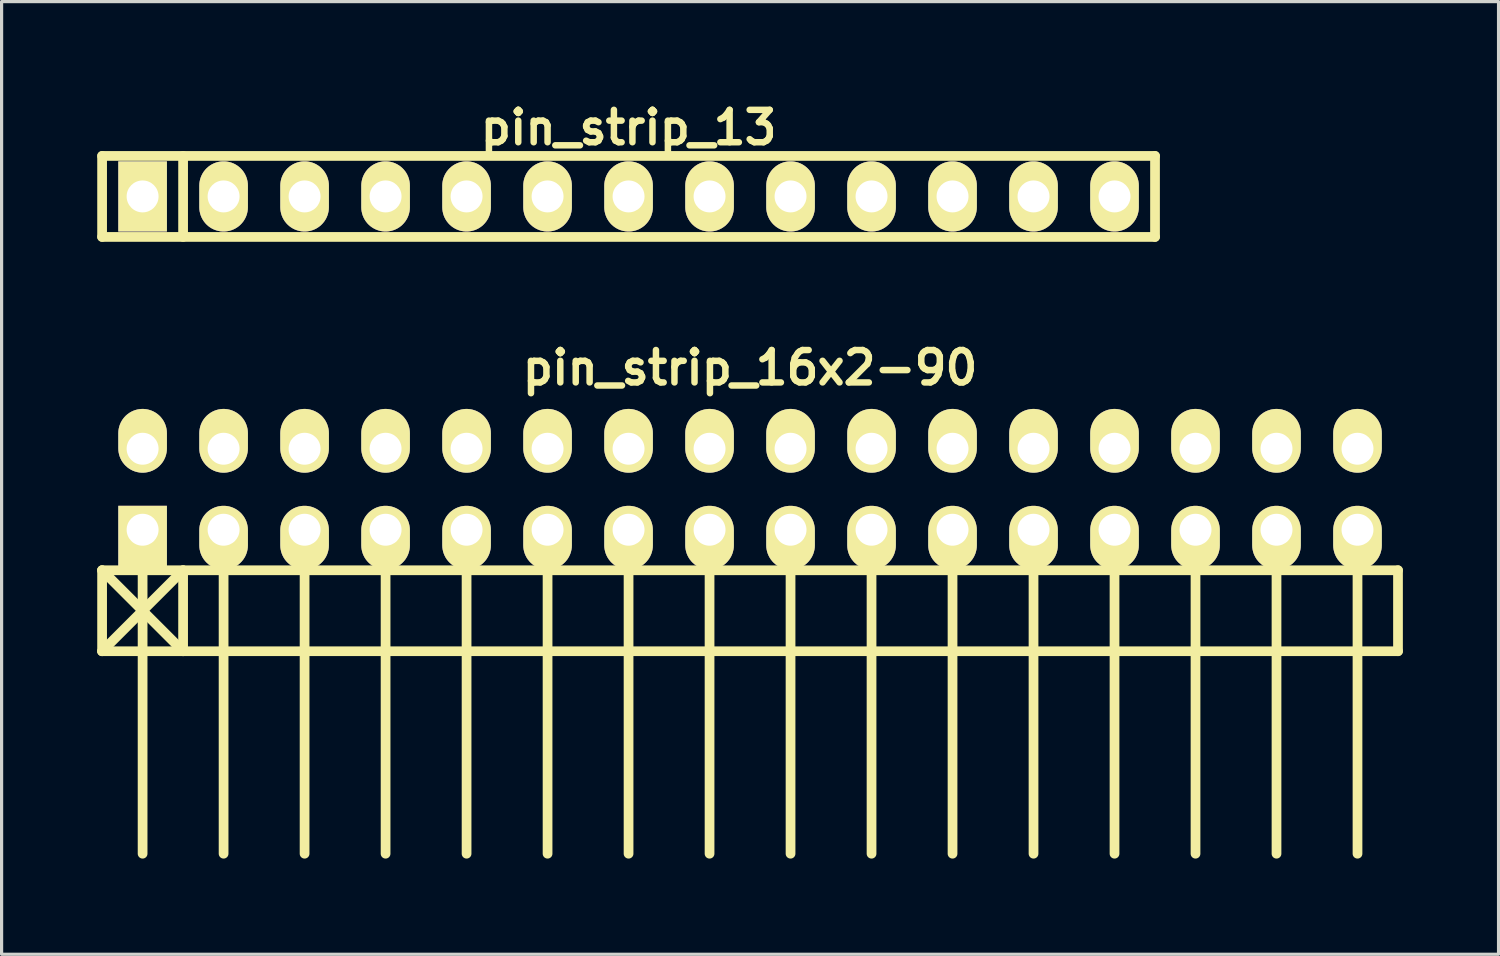
<source format=kicad_pcb>
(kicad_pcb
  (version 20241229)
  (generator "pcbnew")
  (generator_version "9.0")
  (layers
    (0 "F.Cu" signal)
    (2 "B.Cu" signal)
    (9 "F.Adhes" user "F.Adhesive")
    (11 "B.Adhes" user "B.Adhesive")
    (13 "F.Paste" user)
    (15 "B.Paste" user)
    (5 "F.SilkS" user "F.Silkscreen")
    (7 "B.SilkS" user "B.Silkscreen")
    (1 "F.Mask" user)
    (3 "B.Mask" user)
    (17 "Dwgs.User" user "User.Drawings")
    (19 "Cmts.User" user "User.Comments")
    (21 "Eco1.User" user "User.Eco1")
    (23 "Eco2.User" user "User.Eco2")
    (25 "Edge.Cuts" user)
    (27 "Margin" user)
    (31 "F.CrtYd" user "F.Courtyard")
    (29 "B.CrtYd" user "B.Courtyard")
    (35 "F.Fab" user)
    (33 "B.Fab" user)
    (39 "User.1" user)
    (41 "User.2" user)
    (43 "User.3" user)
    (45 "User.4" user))
  (footprint "pin_strip_13"
    (layer "F.Cu")
    (at 16.662 3.11)
    (property "Reference" "pin_strip_13" (at 0 -2.159 0) (layer "F.SilkS") (effects (font (size 1.016 1.016) (thickness 0.203))))
    (attr through_hole)
    (fp_line (start -16.51 -1.27) (end 16.51 -1.27) (stroke (width 0.305) (type solid)) (layer "F.SilkS"))
    (fp_line (start -16.51 1.27) (end -16.51 -1.27) (stroke (width 0.305) (type solid)) (layer "F.SilkS"))
    (fp_line (start -13.97 -1.27) (end -13.97 1.27) (stroke (width 0.305) (type solid)) (layer "F.SilkS"))
    (fp_line (start 16.51 -1.27) (end 16.51 1.27) (stroke (width 0.305) (type solid)) (layer "F.SilkS"))
    (fp_line (start 16.51 1.27) (end -16.51 1.27) (stroke (width 0.305) (type solid)) (layer "F.SilkS"))
    (pad "1" thru_hole rect (at -15.24 0) (size 1.524 2.2) (drill 1.001) (layers "*.Cu" "*.Mask" "F.SilkS"))
    (pad "2" thru_hole oval (at -12.7 0) (size 1.524 2.2) (drill 1.001) (layers "*.Cu" "*.Mask" "F.SilkS"))
    (pad "3" thru_hole oval (at -10.16 0) (size 1.524 2.2) (drill 1.001) (layers "*.Cu" "*.Mask" "F.SilkS"))
    (pad "4" thru_hole oval (at -7.62 0) (size 1.524 2.2) (drill 1.001) (layers "*.Cu" "*.Mask" "F.SilkS"))
    (pad "5" thru_hole oval (at -5.08 0) (size 1.524 2.2) (drill 1.001) (layers "*.Cu" "*.Mask" "F.SilkS"))
    (pad "6" thru_hole oval (at -2.54 0) (size 1.524 2.2) (drill 1.001) (layers "*.Cu" "*.Mask" "F.SilkS"))
    (pad "7" thru_hole oval (at 0 0) (size 1.524 2.2) (drill 1.001) (layers "*.Cu" "*.Mask" "F.SilkS"))
    (pad "8" thru_hole oval (at 2.54 0) (size 1.524 2.2) (drill 1.001) (layers "*.Cu" "*.Mask" "F.SilkS"))
    (pad "9" thru_hole oval (at 5.08 0) (size 1.524 2.2) (drill 1.001) (layers "*.Cu" "*.Mask" "F.SilkS"))
    (pad "10" thru_hole oval (at 7.62 0) (size 1.524 2.2) (drill 1.001) (layers "*.Cu" "*.Mask" "F.SilkS"))
    (pad "11" thru_hole oval (at 10.16 0) (size 1.524 2.2) (drill 1.001) (layers "*.Cu" "*.Mask" "F.SilkS"))
    (pad "12" thru_hole oval (at 12.7 0) (size 1.524 2.2) (drill 1.001) (layers "*.Cu" "*.Mask" "F.SilkS"))
    (pad "13" thru_hole oval (at 15.24 0) (size 1.524 2.2) (drill 1.001) (layers "*.Cu" "*.Mask" "F.SilkS")))
  (footprint "pin_strip_16x2-90"
    (layer "F.Cu")
    (at 20.472 12.293)
    (property "Reference" "pin_strip_16x2-90" (at 0 -3.81 0) (layer "F.SilkS") (effects (font (size 1.016 1.016) (thickness 0.203))))
    (attr through_hole)
    (fp_line (start -20.32 2.54) (end -17.78 5.08) (stroke (width 0.305) (type solid)) (layer "F.SilkS"))
    (fp_line (start -20.32 2.54) (end 20.32 2.54) (stroke (width 0.305) (type solid)) (layer "F.SilkS"))
    (fp_line (start -20.32 5.08) (end -20.32 2.54) (stroke (width 0.305) (type solid)) (layer "F.SilkS"))
    (fp_line (start -19.05 1.27) (end -19.05 11.43) (stroke (width 0.305) (type solid)) (layer "F.SilkS"))
    (fp_line (start -17.78 2.54) (end -20.32 5.08) (stroke (width 0.305) (type solid)) (layer "F.SilkS"))
    (fp_line (start -17.78 5.08) (end -17.78 2.54) (stroke (width 0.305) (type solid)) (layer "F.SilkS"))
    (fp_line (start -16.51 1.27) (end -16.51 11.43) (stroke (width 0.305) (type solid)) (layer "F.SilkS"))
    (fp_line (start -13.97 11.43) (end -13.97 1.27) (stroke (width 0.305) (type solid)) (layer "F.SilkS"))
    (fp_line (start -11.43 1.27) (end -11.43 11.43) (stroke (width 0.305) (type solid)) (layer "F.SilkS"))
    (fp_line (start -8.89 1.27) (end -8.89 11.43) (stroke (width 0.305) (type solid)) (layer "F.SilkS"))
    (fp_line (start -6.35 1.27) (end -6.35 11.43) (stroke (width 0.305) (type solid)) (layer "F.SilkS"))
    (fp_line (start -3.81 1.27) (end -3.81 11.43) (stroke (width 0.305) (type solid)) (layer "F.SilkS"))
    (fp_line (start -1.27 1.27) (end -1.27 11.43) (stroke (width 0.305) (type solid)) (layer "F.SilkS"))
    (fp_line (start 1.27 1.27) (end 1.27 11.43) (stroke (width 0.305) (type solid)) (layer "F.SilkS"))
    (fp_line (start 3.81 1.27) (end 3.81 11.43) (stroke (width 0.305) (type solid)) (layer "F.SilkS"))
    (fp_line (start 6.35 1.27) (end 6.35 11.43) (stroke (width 0.305) (type solid)) (layer "F.SilkS"))
    (fp_line (start 8.89 1.27) (end 8.89 11.43) (stroke (width 0.305) (type solid)) (layer "F.SilkS"))
    (fp_line (start 11.43 11.43) (end 11.43 1.27) (stroke (width 0.305) (type solid)) (layer "F.SilkS"))
    (fp_line (start 13.97 1.27) (end 13.97 11.43) (stroke (width 0.305) (type solid)) (layer "F.SilkS"))
    (fp_line (start 16.51 1.27) (end 16.51 11.43) (stroke (width 0.305) (type solid)) (layer "F.SilkS"))
    (fp_line (start 19.05 1.27) (end 19.05 11.43) (stroke (width 0.305) (type solid)) (layer "F.SilkS"))
    (fp_line (start 20.32 2.54) (end 20.32 5.08) (stroke (width 0.305) (type solid)) (layer "F.SilkS"))
    (fp_line (start 20.32 5.08) (end -20.32 5.08) (stroke (width 0.305) (type solid)) (layer "F.SilkS"))
    (pad "1" thru_hole rect (at -19.05 1.27) (size 1.524 1.999) (drill 1.001 (offset 0 0.249)) (layers "*.Cu" "*.Mask" "F.SilkS"))
    (pad "2" thru_hole oval (at -19.05 -1.27) (size 1.524 1.999) (drill 1.001 (offset 0 -0.249)) (layers "*.Cu" "*.Mask" "F.SilkS"))
    (pad "3" thru_hole oval (at -16.51 1.27) (size 1.524 1.999) (drill 1.001 (offset 0 0.249)) (layers "*.Cu" "*.Mask" "F.SilkS"))
    (pad "4" thru_hole oval (at -16.51 -1.27) (size 1.524 1.999) (drill 1.001 (offset 0 -0.249)) (layers "*.Cu" "*.Mask" "F.SilkS"))
    (pad "5" thru_hole oval (at -13.97 1.27) (size 1.524 1.999) (drill 1.001 (offset 0 0.249)) (layers "*.Cu" "*.Mask" "F.SilkS"))
    (pad "6" thru_hole oval (at -13.97 -1.27) (size 1.524 1.999) (drill 1.001 (offset 0 -0.249)) (layers "*.Cu" "*.Mask" "F.SilkS"))
    (pad "7" thru_hole oval (at -11.43 1.27) (size 1.524 1.999) (drill 1.001 (offset 0 0.249)) (layers "*.Cu" "*.Mask" "F.SilkS"))
    (pad "8" thru_hole oval (at -11.43 -1.27) (size 1.524 1.999) (drill 1.001 (offset 0 -0.249)) (layers "*.Cu" "*.Mask" "F.SilkS"))
    (pad "9" thru_hole oval (at -8.89 1.27) (size 1.524 1.999) (drill 1.001 (offset 0 0.249)) (layers "*.Cu" "*.Mask" "F.SilkS"))
    (pad "10" thru_hole oval (at -8.89 -1.27) (size 1.524 1.999) (drill 1.001 (offset 0 -0.249)) (layers "*.Cu" "*.Mask" "F.SilkS"))
    (pad "11" thru_hole oval (at -6.35 1.27) (size 1.524 1.999) (drill 1.001 (offset 0 0.249)) (layers "*.Cu" "*.Mask" "F.SilkS"))
    (pad "12" thru_hole oval (at -6.35 -1.27) (size 1.524 1.999) (drill 1.001 (offset 0 -0.249)) (layers "*.Cu" "*.Mask" "F.SilkS"))
    (pad "13" thru_hole oval (at -3.81 1.27) (size 1.524 1.999) (drill 1.001 (offset 0 0.249)) (layers "*.Cu" "*.Mask" "F.SilkS"))
    (pad "14" thru_hole oval (at -3.81 -1.27) (size 1.524 1.999) (drill 1.001 (offset 0 -0.249)) (layers "*.Cu" "*.Mask" "F.SilkS"))
    (pad "15" thru_hole oval (at -1.27 1.27) (size 1.524 1.999) (drill 1.001 (offset 0 0.249)) (layers "*.Cu" "*.Mask" "F.SilkS"))
    (pad "16" thru_hole oval (at -1.27 -1.27) (size 1.524 1.999) (drill 1.001 (offset 0 -0.249)) (layers "*.Cu" "*.Mask" "F.SilkS"))
    (pad "17" thru_hole oval (at 1.27 1.27) (size 1.524 1.999) (drill 1.001 (offset 0 0.249)) (layers "*.Cu" "*.Mask" "F.SilkS"))
    (pad "18" thru_hole oval (at 1.27 -1.27) (size 1.524 1.999) (drill 1.001 (offset 0 -0.249)) (layers "*.Cu" "*.Mask" "F.SilkS"))
    (pad "19" thru_hole oval (at 3.81 1.27) (size 1.524 1.999) (drill 1.001 (offset 0 0.249)) (layers "*.Cu" "*.Mask" "F.SilkS"))
    (pad "20" thru_hole oval (at 3.81 -1.27) (size 1.524 1.999) (drill 1.001 (offset 0 -0.249)) (layers "*.Cu" "*.Mask" "F.SilkS"))
    (pad "21" thru_hole oval (at 6.35 1.27) (size 1.524 1.999) (drill 1.001 (offset 0 0.249)) (layers "*.Cu" "*.Mask" "F.SilkS"))
    (pad "22" thru_hole oval (at 6.35 -1.27) (size 1.524 1.999) (drill 1.001 (offset 0 -0.249)) (layers "*.Cu" "*.Mask" "F.SilkS"))
    (pad "23" thru_hole oval (at 8.89 1.27) (size 1.524 1.999) (drill 1.001 (offset 0 0.249)) (layers "*.Cu" "*.Mask" "F.SilkS"))
    (pad "24" thru_hole oval (at 8.89 -1.27) (size 1.524 1.999) (drill 1.001 (offset 0 -0.249)) (layers "*.Cu" "*.Mask" "F.SilkS"))
    (pad "25" thru_hole oval (at 11.43 1.27) (size 1.524 1.999) (drill 1.001 (offset 0 0.249)) (layers "*.Cu" "*.Mask" "F.SilkS"))
    (pad "26" thru_hole oval (at 11.43 -1.27) (size 1.524 1.999) (drill 1.001 (offset 0 -0.249)) (layers "*.Cu" "*.Mask" "F.SilkS"))
    (pad "27" thru_hole oval (at 13.97 1.27) (size 1.524 1.999) (drill 1.001 (offset 0 0.249)) (layers "*.Cu" "*.Mask" "F.SilkS"))
    (pad "28" thru_hole oval (at 13.97 -1.27) (size 1.524 1.999) (drill 1.001 (offset 0 -0.249)) (layers "*.Cu" "*.Mask" "F.SilkS"))
    (pad "29" thru_hole oval (at 16.51 1.27) (size 1.524 1.999) (drill 1.001 (offset 0 0.249)) (layers "*.Cu" "*.Mask" "F.SilkS"))
    (pad "30" thru_hole oval (at 16.51 -1.27) (size 1.524 1.999) (drill 1.001 (offset 0 -0.249)) (layers "*.Cu" "*.Mask" "F.SilkS"))
    (pad "31" thru_hole oval (at 19.05 1.27) (size 1.524 1.999) (drill 1.001 (offset 0 0.249)) (layers "*.Cu" "*.Mask" "F.SilkS"))
    (pad "32" thru_hole oval (at 19.05 -1.27) (size 1.524 1.999) (drill 1.001 (offset 0 -0.249)) (layers "*.Cu" "*.Mask" "F.SilkS")))
  (gr_rect
    (start -3 -3)
    (end 43.945 26.876)
    (stroke (width 0.1) (type default))
    (fill no)
    (layer "Edge.Cuts")))
</source>
